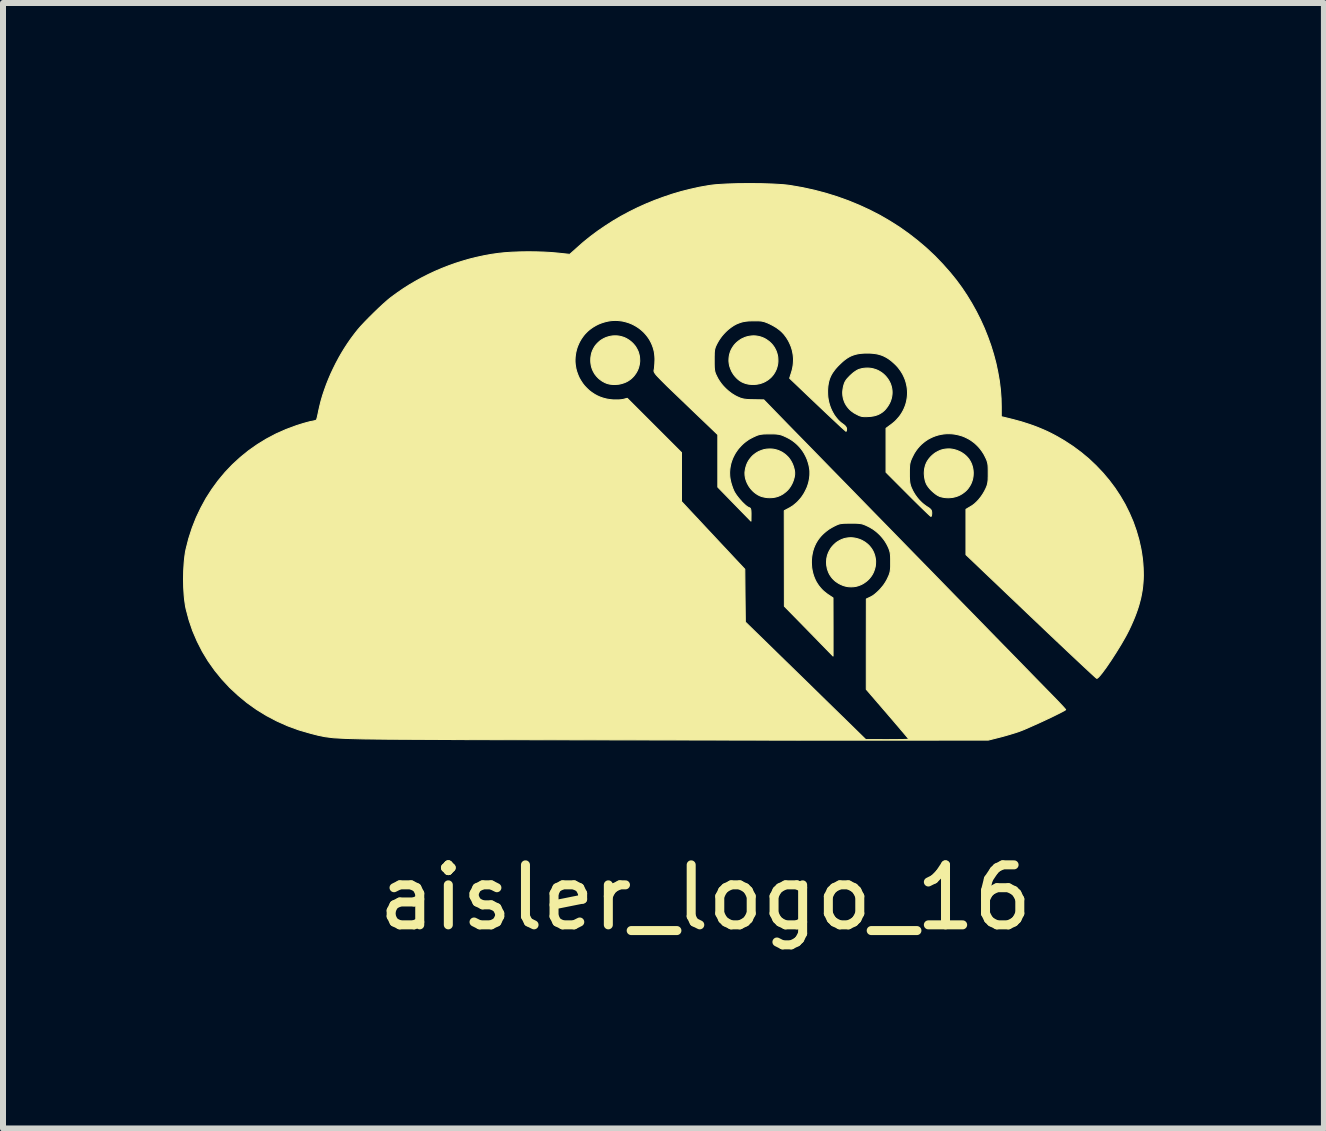
<source format=kicad_pcb>
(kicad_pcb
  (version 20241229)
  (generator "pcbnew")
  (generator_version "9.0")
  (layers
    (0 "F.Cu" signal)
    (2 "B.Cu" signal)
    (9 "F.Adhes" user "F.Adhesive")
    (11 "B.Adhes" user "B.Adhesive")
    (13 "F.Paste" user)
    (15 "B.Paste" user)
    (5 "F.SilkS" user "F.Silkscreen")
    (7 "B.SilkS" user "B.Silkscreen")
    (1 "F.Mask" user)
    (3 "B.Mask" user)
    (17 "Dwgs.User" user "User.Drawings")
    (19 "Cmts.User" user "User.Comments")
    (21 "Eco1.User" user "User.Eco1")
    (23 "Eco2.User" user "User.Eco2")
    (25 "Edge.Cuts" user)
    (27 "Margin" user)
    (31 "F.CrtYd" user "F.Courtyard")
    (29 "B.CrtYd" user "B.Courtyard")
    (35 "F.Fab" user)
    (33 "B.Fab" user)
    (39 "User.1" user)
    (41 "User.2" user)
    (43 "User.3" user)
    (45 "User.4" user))
  (footprint "aisler_logo_16"
    (layer "F.Cu")
    (at 8.407 9.308)
    (property "Reference" "aisler_logo_16" (at 0.3 2.6 0) (unlocked yes) (layer "F.SilkS") (effects (font (size 1 1) (thickness 0.15))))
    (attr smd exclude_from_pos_files exclude_from_bom)
    (fp_poly (pts (xy -1.186 -6.761) (xy -1.157 -6.759) (xy -1.127 -6.754) (xy -1.098 -6.747) (xy -1.069 -6.738) (xy -1.041 -6.727) (xy -1.013 -6.713) (xy -0.985 -6.696) (xy -0.959 -6.678) (xy -0.933 -6.657) (xy -0.908 -6.633) (xy -0.892 -6.615) (xy -0.877 -6.597) (xy -0.864 -6.579) (xy -0.852 -6.559) (xy -0.841 -6.539) (xy -0.831 -6.519) (xy -0.822 -6.499) (xy -0.815 -6.478) (xy -0.809 -6.456) (xy -0.804 -6.435) (xy -0.8 -6.413) (xy -0.798 -6.391) (xy -0.797 -6.369) (xy -0.796 -6.348) (xy -0.797 -6.326) (xy -0.8 -6.304) (xy -0.803 -6.282) (xy -0.808 -6.261) (xy -0.813 -6.24) (xy -0.82 -6.219) (xy -0.828 -6.198) (xy -0.837 -6.178) (xy -0.848 -6.159) (xy -0.859 -6.139) (xy -0.872 -6.121) (xy -0.885 -6.103) (xy -0.9 -6.085) (xy -0.916 -6.069) (xy -0.932 -6.053) (xy -0.95 -6.038) (xy -0.969 -6.024) (xy -0.989 -6.011) (xy -1.01 -5.999) (xy -1.033 -5.988) (xy -1.056 -5.979) (xy -1.08 -5.971) (xy -1.105 -5.964) (xy -1.13 -5.958) (xy -1.155 -5.954) (xy -1.181 -5.952) (xy -1.207 -5.95) (xy -1.232 -5.95) (xy -1.257 -5.952) (xy -1.282 -5.955) (xy -1.306 -5.959) (xy -1.329 -5.965) (xy -1.351 -5.972) (xy -1.372 -5.981) (xy -1.386 -5.988) (xy -1.399 -5.995) (xy -1.412 -6.002) (xy -1.425 -6.01) (xy -1.438 -6.019) (xy -1.45 -6.028) (xy -1.462 -6.037) (xy -1.473 -6.046) (xy -1.484 -6.056) (xy -1.494 -6.066) (xy -1.504 -6.077) (xy -1.514 -6.087) (xy -1.523 -6.098) (xy -1.532 -6.11) (xy -1.541 -6.121) (xy -1.549 -6.133) (xy -1.556 -6.146) (xy -1.563 -6.158) (xy -1.57 -6.171) (xy -1.576 -6.184) (xy -1.582 -6.197) (xy -1.587 -6.21) (xy -1.592 -6.224) (xy -1.596 -6.238) (xy -1.6 -6.252) (xy -1.603 -6.266) (xy -1.606 -6.281) (xy -1.608 -6.296) (xy -1.61 -6.31) (xy -1.611 -6.325) (xy -1.612 -6.34) (xy -1.612 -6.356) (xy -1.611 -6.39) (xy -1.607 -6.423) (xy -1.601 -6.454) (xy -1.593 -6.485) (xy -1.582 -6.514) (xy -1.569 -6.541) (xy -1.555 -6.567) (xy -1.539 -6.592) (xy -1.521 -6.615) (xy -1.501 -6.637) (xy -1.48 -6.657) (xy -1.458 -6.676) (xy -1.434 -6.693) (xy -1.409 -6.708) (xy -1.384 -6.721) (xy -1.357 -6.733) (xy -1.33 -6.742) (xy -1.302 -6.75) (xy -1.273 -6.756) (xy -1.245 -6.76) (xy -1.215 -6.761)) (stroke (width 0.017) (type solid)) (fill yes) (layer "F.SilkS"))
    (fp_poly (pts (xy 2.753 -3.395) (xy 2.779 -3.392) (xy 2.806 -3.387) (xy 2.833 -3.38) (xy 2.85 -3.375) (xy 2.867 -3.369) (xy 2.883 -3.363) (xy 2.899 -3.356) (xy 2.914 -3.348) (xy 2.929 -3.34) (xy 2.943 -3.332) (xy 2.957 -3.323) (xy 2.971 -3.313) (xy 2.984 -3.303) (xy 2.997 -3.293) (xy 3.009 -3.282) (xy 3.021 -3.271) (xy 3.032 -3.259) (xy 3.042 -3.247) (xy 3.053 -3.234) (xy 3.062 -3.221) (xy 3.071 -3.208) (xy 3.08 -3.194) (xy 3.088 -3.18) (xy 3.095 -3.166) (xy 3.102 -3.151) (xy 3.108 -3.136) (xy 3.113 -3.121) (xy 3.118 -3.106) (xy 3.123 -3.09) (xy 3.126 -3.074) (xy 3.129 -3.058) (xy 3.132 -3.041) (xy 3.134 -3.024) (xy 3.135 -3.008) (xy 3.135 -2.991) (xy 3.134 -2.964) (xy 3.132 -2.939) (xy 3.128 -2.913) (xy 3.122 -2.889) (xy 3.115 -2.865) (xy 3.107 -2.842) (xy 3.098 -2.819) (xy 3.087 -2.797) (xy 3.075 -2.776) (xy 3.062 -2.756) (xy 3.047 -2.737) (xy 3.032 -2.718) (xy 3.016 -2.701) (xy 2.999 -2.685) (xy 2.98 -2.669) (xy 2.961 -2.655) (xy 2.942 -2.642) (xy 2.921 -2.629) (xy 2.9 -2.618) (xy 2.879 -2.609) (xy 2.856 -2.6) (xy 2.834 -2.593) (xy 2.811 -2.587) (xy 2.787 -2.583) (xy 2.763 -2.58) (xy 2.739 -2.579) (xy 2.715 -2.579) (xy 2.69 -2.58) (xy 2.666 -2.583) (xy 2.641 -2.588) (xy 2.617 -2.594) (xy 2.592 -2.602) (xy 2.566 -2.613) (xy 2.54 -2.625) (xy 2.516 -2.638) (xy 2.493 -2.653) (xy 2.471 -2.668) (xy 2.451 -2.685) (xy 2.432 -2.703) (xy 2.414 -2.722) (xy 2.398 -2.742) (xy 2.383 -2.763) (xy 2.369 -2.786) (xy 2.357 -2.809) (xy 2.347 -2.833) (xy 2.338 -2.858) (xy 2.33 -2.884) (xy 2.325 -2.911) (xy 2.32 -2.939) (xy 2.318 -2.966) (xy 2.317 -2.993) (xy 2.319 -3.02) (xy 2.321 -3.046) (xy 2.326 -3.072) (xy 2.332 -3.098) (xy 2.34 -3.122) (xy 2.349 -3.146) (xy 2.36 -3.169) (xy 2.372 -3.191) (xy 2.385 -3.213) (xy 2.399 -3.234) (xy 2.415 -3.253) (xy 2.432 -3.272) (xy 2.45 -3.289) (xy 2.468 -3.306) (xy 2.488 -3.321) (xy 2.509 -3.335) (xy 2.531 -3.348) (xy 2.553 -3.359) (xy 2.576 -3.369) (xy 2.6 -3.378) (xy 2.624 -3.385) (xy 2.649 -3.39) (xy 2.674 -3.394) (xy 2.7 -3.396) (xy 2.726 -3.397)) (stroke (width 0.017) (type solid)) (fill yes) (layer "F.SilkS"))
    (fp_poly (pts (xy 1.129 -6.76) (xy 1.156 -6.757) (xy 1.183 -6.752) (xy 1.209 -6.746) (xy 1.236 -6.737) (xy 1.262 -6.727) (xy 1.288 -6.715) (xy 1.313 -6.7) (xy 1.338 -6.683) (xy 1.361 -6.666) (xy 1.383 -6.646) (xy 1.403 -6.626) (xy 1.421 -6.605) (xy 1.437 -6.583) (xy 1.452 -6.56) (xy 1.464 -6.536) (xy 1.476 -6.512) (xy 1.485 -6.487) (xy 1.493 -6.462) (xy 1.499 -6.436) (xy 1.504 -6.411) (xy 1.506 -6.384) (xy 1.507 -6.358) (xy 1.507 -6.332) (xy 1.505 -6.306) (xy 1.501 -6.28) (xy 1.495 -6.255) (xy 1.488 -6.229) (xy 1.48 -6.205) (xy 1.469 -6.181) (xy 1.457 -6.157) (xy 1.443 -6.134) (xy 1.428 -6.112) (xy 1.411 -6.091) (xy 1.393 -6.071) (xy 1.373 -6.053) (xy 1.351 -6.035) (xy 1.328 -6.019) (xy 1.303 -6.004) (xy 1.276 -5.99) (xy 1.257 -5.982) (xy 1.238 -5.975) (xy 1.218 -5.968) (xy 1.198 -5.963) (xy 1.177 -5.959) (xy 1.156 -5.955) (xy 1.135 -5.953) (xy 1.114 -5.951) (xy 1.093 -5.951) (xy 1.072 -5.951) (xy 1.051 -5.953) (xy 1.03 -5.955) (xy 1.009 -5.958) (xy 0.989 -5.963) (xy 0.969 -5.968) (xy 0.949 -5.975) (xy 0.949 -5.975) (xy 0.949 -5.975) (xy 0.949 -5.975) (xy 0.949 -5.975) (xy 0.936 -5.98) (xy 0.922 -5.986) (xy 0.909 -5.992) (xy 0.896 -5.999) (xy 0.884 -6.007) (xy 0.871 -6.015) (xy 0.859 -6.024) (xy 0.847 -6.033) (xy 0.836 -6.043) (xy 0.825 -6.053) (xy 0.814 -6.064) (xy 0.804 -6.075) (xy 0.793 -6.087) (xy 0.784 -6.098) (xy 0.774 -6.111) (xy 0.766 -6.123) (xy 0.757 -6.136) (xy 0.749 -6.15) (xy 0.741 -6.163) (xy 0.734 -6.177) (xy 0.728 -6.191) (xy 0.722 -6.206) (xy 0.716 -6.22) (xy 0.711 -6.235) (xy 0.706 -6.25) (xy 0.702 -6.264) (xy 0.699 -6.28) (xy 0.696 -6.295) (xy 0.694 -6.31) (xy 0.692 -6.325) (xy 0.691 -6.34) (xy 0.691 -6.356) (xy 0.692 -6.385) (xy 0.695 -6.413) (xy 0.7 -6.441) (xy 0.707 -6.468) (xy 0.715 -6.494) (xy 0.725 -6.519) (xy 0.737 -6.543) (xy 0.751 -6.566) (xy 0.765 -6.588) (xy 0.781 -6.609) (xy 0.799 -6.629) (xy 0.817 -6.647) (xy 0.837 -6.664) (xy 0.857 -6.68) (xy 0.879 -6.695) (xy 0.901 -6.709) (xy 0.925 -6.72) (xy 0.949 -6.731) (xy 0.973 -6.74) (xy 0.998 -6.747) (xy 1.024 -6.753) (xy 1.05 -6.757) (xy 1.076 -6.76) (xy 1.103 -6.761)) (stroke (width 0.017) (type solid)) (fill yes) (layer "F.SilkS"))
    (fp_poly (pts (xy 4.383 -4.876) (xy 4.412 -4.872) (xy 4.441 -4.866) (xy 4.471 -4.858) (xy 4.5 -4.848) (xy 4.53 -4.835) (xy 4.543 -4.829) (xy 4.557 -4.822) (xy 4.57 -4.814) (xy 4.582 -4.807) (xy 4.594 -4.798) (xy 4.606 -4.79) (xy 4.618 -4.781) (xy 4.628 -4.772) (xy 4.639 -4.763) (xy 4.649 -4.753) (xy 4.659 -4.743) (xy 4.668 -4.733) (xy 4.677 -4.722) (xy 4.686 -4.711) (xy 4.694 -4.7) (xy 4.701 -4.688) (xy 4.709 -4.676) (xy 4.715 -4.664) (xy 4.722 -4.652) (xy 4.727 -4.639) (xy 4.733 -4.627) (xy 4.738 -4.613) (xy 4.742 -4.6) (xy 4.746 -4.587) (xy 4.75 -4.573) (xy 4.753 -4.559) (xy 4.756 -4.544) (xy 4.758 -4.53) (xy 4.76 -4.515) (xy 4.761 -4.5) (xy 4.762 -4.485) (xy 4.762 -4.47) (xy 4.761 -4.444) (xy 4.759 -4.419) (xy 4.755 -4.394) (xy 4.75 -4.37) (xy 4.743 -4.346) (xy 4.735 -4.323) (xy 4.726 -4.301) (xy 4.716 -4.28) (xy 4.704 -4.26) (xy 4.691 -4.24) (xy 4.678 -4.221) (xy 4.663 -4.203) (xy 4.647 -4.186) (xy 4.63 -4.17) (xy 4.612 -4.155) (xy 4.593 -4.141) (xy 4.574 -4.128) (xy 4.554 -4.116) (xy 4.533 -4.105) (xy 4.511 -4.095) (xy 4.489 -4.087) (xy 4.466 -4.08) (xy 4.442 -4.074) (xy 4.419 -4.069) (xy 4.394 -4.066) (xy 4.369 -4.064) (xy 4.344 -4.063) (xy 4.319 -4.064) (xy 4.293 -4.066) (xy 4.268 -4.07) (xy 4.242 -4.075) (xy 4.215 -4.082) (xy 4.208 -4.084) (xy 4.2 -4.087) (xy 4.184 -4.095) (xy 4.167 -4.104) (xy 4.149 -4.115) (xy 4.131 -4.128) (xy 4.114 -4.142) (xy 4.096 -4.157) (xy 4.078 -4.173) (xy 4.061 -4.189) (xy 4.045 -4.206) (xy 4.03 -4.224) (xy 4.016 -4.241) (xy 4.003 -4.259) (xy 3.992 -4.276) (xy 3.983 -4.293) (xy 3.976 -4.309) (xy 3.973 -4.317) (xy 3.97 -4.325) (xy 3.967 -4.334) (xy 3.964 -4.344) (xy 3.959 -4.364) (xy 3.955 -4.386) (xy 3.951 -4.408) (xy 3.949 -4.43) (xy 3.948 -4.44) (xy 3.947 -4.451) (xy 3.947 -4.46) (xy 3.946 -4.47) (xy 3.947 -4.493) (xy 3.949 -4.515) (xy 3.951 -4.537) (xy 3.955 -4.558) (xy 3.96 -4.578) (xy 3.965 -4.598) (xy 3.972 -4.618) (xy 3.98 -4.637) (xy 3.989 -4.656) (xy 3.999 -4.674) (xy 4.011 -4.691) (xy 4.023 -4.709) (xy 4.036 -4.725) (xy 4.051 -4.742) (xy 4.066 -4.757) (xy 4.083 -4.773) (xy 4.107 -4.793) (xy 4.132 -4.811) (xy 4.158 -4.826) (xy 4.185 -4.84) (xy 4.212 -4.852) (xy 4.239 -4.861) (xy 4.267 -4.868) (xy 4.296 -4.873) (xy 4.324 -4.876) (xy 4.353 -4.877)) (stroke (width 0.017) (type solid)) (fill yes) (layer "F.SilkS"))
    (fp_poly (pts (xy 1.403 -4.875) (xy 1.432 -4.872) (xy 1.46 -4.866) (xy 1.488 -4.859) (xy 1.516 -4.85) (xy 1.543 -4.838) (xy 1.57 -4.825) (xy 1.596 -4.809) (xy 1.621 -4.791) (xy 1.646 -4.77) (xy 1.67 -4.747) (xy 1.682 -4.734) (xy 1.694 -4.719) (xy 1.705 -4.704) (xy 1.716 -4.688) (xy 1.726 -4.671) (xy 1.736 -4.653) (xy 1.745 -4.635) (xy 1.753 -4.617) (xy 1.76 -4.598) (xy 1.767 -4.579) (xy 1.772 -4.56) (xy 1.777 -4.541) (xy 1.781 -4.523) (xy 1.784 -4.505) (xy 1.786 -4.487) (xy 1.786 -4.47) (xy 1.786 -4.453) (xy 1.784 -4.435) (xy 1.781 -4.417) (xy 1.777 -4.398) (xy 1.772 -4.38) (xy 1.767 -4.361) (xy 1.76 -4.342) (xy 1.753 -4.323) (xy 1.745 -4.305) (xy 1.736 -4.287) (xy 1.726 -4.269) (xy 1.716 -4.252) (xy 1.705 -4.236) (xy 1.694 -4.22) (xy 1.682 -4.206) (xy 1.67 -4.192) (xy 1.654 -4.177) (xy 1.638 -4.162) (xy 1.621 -4.149) (xy 1.604 -4.136) (xy 1.587 -4.124) (xy 1.569 -4.114) (xy 1.551 -4.104) (xy 1.533 -4.096) (xy 1.514 -4.088) (xy 1.495 -4.082) (xy 1.475 -4.076) (xy 1.455 -4.072) (xy 1.435 -4.068) (xy 1.414 -4.066) (xy 1.393 -4.065) (xy 1.371 -4.064) (xy 1.36 -4.064) (xy 1.349 -4.065) (xy 1.338 -4.065) (xy 1.327 -4.066) (xy 1.316 -4.068) (xy 1.305 -4.069) (xy 1.283 -4.073) (xy 1.272 -4.075) (xy 1.261 -4.078) (xy 1.251 -4.08) (xy 1.241 -4.083) (xy 1.231 -4.086) (xy 1.222 -4.089) (xy 1.213 -4.093) (xy 1.205 -4.096) (xy 1.191 -4.103) (xy 1.177 -4.11) (xy 1.163 -4.119) (xy 1.149 -4.127) (xy 1.136 -4.137) (xy 1.124 -4.146) (xy 1.111 -4.156) (xy 1.099 -4.167) (xy 1.087 -4.178) (xy 1.076 -4.19) (xy 1.065 -4.202) (xy 1.055 -4.214) (xy 1.045 -4.227) (xy 1.035 -4.24) (xy 1.026 -4.253) (xy 1.018 -4.267) (xy 1.01 -4.281) (xy 1.002 -4.295) (xy 0.995 -4.309) (xy 0.989 -4.324) (xy 0.983 -4.338) (xy 0.978 -4.353) (xy 0.973 -4.368) (xy 0.969 -4.383) (xy 0.965 -4.398) (xy 0.963 -4.413) (xy 0.96 -4.428) (xy 0.959 -4.443) (xy 0.958 -4.458) (xy 0.958 -4.473) (xy 0.958 -4.488) (xy 0.96 -4.503) (xy 0.965 -4.535) (xy 0.972 -4.567) (xy 0.981 -4.597) (xy 0.991 -4.625) (xy 1.004 -4.653) (xy 1.019 -4.679) (xy 1.035 -4.703) (xy 1.053 -4.726) (xy 1.072 -4.748) (xy 1.092 -4.768) (xy 1.114 -4.786) (xy 1.137 -4.803) (xy 1.16 -4.818) (xy 1.185 -4.832) (xy 1.211 -4.843) (xy 1.237 -4.853) (xy 1.264 -4.862) (xy 1.291 -4.868) (xy 1.319 -4.873) (xy 1.347 -4.875) (xy 1.375 -4.876)) (stroke (width 0.017) (type solid)) (fill yes) (layer "F.SilkS"))
    (fp_poly (pts (xy 3.036 -6.222) (xy 3.067 -6.218) (xy 3.098 -6.211) (xy 3.128 -6.202) (xy 3.156 -6.192) (xy 3.184 -6.179) (xy 3.21 -6.164) (xy 3.235 -6.148) (xy 3.259 -6.13) (xy 3.281 -6.11) (xy 3.302 -6.089) (xy 3.321 -6.066) (xy 3.339 -6.042) (xy 3.355 -6.017) (xy 3.369 -5.991) (xy 3.381 -5.965) (xy 3.391 -5.937) (xy 3.399 -5.908) (xy 3.405 -5.879) (xy 3.409 -5.849) (xy 3.41 -5.819) (xy 3.409 -5.789) (xy 3.405 -5.758) (xy 3.399 -5.727) (xy 3.39 -5.696) (xy 3.379 -5.665) (xy 3.365 -5.635) (xy 3.347 -5.604) (xy 3.333 -5.582) (xy 3.318 -5.562) (xy 3.303 -5.543) (xy 3.295 -5.534) (xy 3.287 -5.525) (xy 3.278 -5.517) (xy 3.27 -5.509) (xy 3.261 -5.502) (xy 3.252 -5.494) (xy 3.243 -5.487) (xy 3.233 -5.481) (xy 3.224 -5.475) (xy 3.214 -5.469) (xy 3.204 -5.463) (xy 3.194 -5.458) (xy 3.184 -5.453) (xy 3.173 -5.448) (xy 3.162 -5.444) (xy 3.151 -5.44) (xy 3.14 -5.437) (xy 3.128 -5.433) (xy 3.104 -5.427) (xy 3.079 -5.423) (xy 3.053 -5.419) (xy 3.025 -5.417) (xy 2.988 -5.415) (xy 2.971 -5.415) (xy 2.957 -5.415) (xy 2.943 -5.415) (xy 2.93 -5.416) (xy 2.918 -5.417) (xy 2.907 -5.419) (xy 2.896 -5.421) (xy 2.884 -5.425) (xy 2.873 -5.428) (xy 2.862 -5.433) (xy 2.849 -5.438) (xy 2.836 -5.445) (xy 2.807 -5.46) (xy 2.807 -5.46) (xy 2.792 -5.468) (xy 2.776 -5.477) (xy 2.762 -5.487) (xy 2.748 -5.497) (xy 2.734 -5.507) (xy 2.721 -5.518) (xy 2.709 -5.529) (xy 2.697 -5.541) (xy 2.686 -5.553) (xy 2.675 -5.566) (xy 2.665 -5.578) (xy 2.655 -5.592) (xy 2.646 -5.605) (xy 2.638 -5.619) (xy 2.63 -5.633) (xy 2.623 -5.647) (xy 2.617 -5.662) (xy 2.611 -5.677) (xy 2.606 -5.692) (xy 2.601 -5.708) (xy 2.597 -5.723) (xy 2.594 -5.739) (xy 2.591 -5.755) (xy 2.589 -5.772) (xy 2.588 -5.788) (xy 2.587 -5.805) (xy 2.587 -5.822) (xy 2.588 -5.838) (xy 2.59 -5.855) (xy 2.592 -5.873) (xy 2.595 -5.89) (xy 2.598 -5.907) (xy 2.602 -5.922) (xy 2.605 -5.936) (xy 2.609 -5.949) (xy 2.613 -5.961) (xy 2.617 -5.973) (xy 2.622 -5.984) (xy 2.627 -5.995) (xy 2.633 -6.005) (xy 2.639 -6.015) (xy 2.647 -6.026) (xy 2.654 -6.036) (xy 2.663 -6.047) (xy 2.673 -6.058) (xy 2.684 -6.07) (xy 2.696 -6.082) (xy 2.709 -6.096) (xy 2.72 -6.106) (xy 2.731 -6.116) (xy 2.741 -6.125) (xy 2.752 -6.134) (xy 2.762 -6.143) (xy 2.773 -6.151) (xy 2.783 -6.159) (xy 2.794 -6.166) (xy 2.804 -6.173) (xy 2.814 -6.179) (xy 2.824 -6.185) (xy 2.833 -6.19) (xy 2.843 -6.195) (xy 2.852 -6.199) (xy 2.861 -6.202) (xy 2.87 -6.205) (xy 2.904 -6.214) (xy 2.938 -6.22) (xy 2.971 -6.223) (xy 3.004 -6.224)) (stroke (width 0.017) (type solid)) (fill yes) (layer "F.SilkS"))
    (fp_poly (pts (xy 1.234 -9.297) (xy 1.423 -9.291) (xy 1.588 -9.281) (xy 1.658 -9.274) (xy 1.717 -9.266) (xy 1.918 -9.231) (xy 2.115 -9.188) (xy 2.308 -9.137) (xy 2.497 -9.078) (xy 2.681 -9.012) (xy 2.861 -8.938) (xy 3.037 -8.857) (xy 3.208 -8.769) (xy 3.373 -8.673) (xy 3.534 -8.571) (xy 3.689 -8.461) (xy 3.839 -8.344) (xy 3.984 -8.221) (xy 4.123 -8.09) (xy 4.255 -7.953) (xy 4.382 -7.809) (xy 4.479 -7.689) (xy 4.571 -7.564) (xy 4.657 -7.435) (xy 4.738 -7.302) (xy 4.813 -7.167) (xy 4.883 -7.028) (xy 4.947 -6.887) (xy 5.004 -6.744) (xy 5.056 -6.599) (xy 5.101 -6.453) (xy 5.14 -6.306) (xy 5.171 -6.159) (xy 5.197 -6.012) (xy 5.215 -5.865) (xy 5.226 -5.719) (xy 5.229 -5.574) (xy 5.229 -5.414) (xy 5.277 -5.403) (xy 5.427 -5.366) (xy 5.567 -5.328) (xy 5.698 -5.286) (xy 5.761 -5.264) (xy 5.822 -5.241) (xy 5.881 -5.217) (xy 5.94 -5.192) (xy 5.998 -5.166) (xy 6.055 -5.138) (xy 6.111 -5.109) (xy 6.168 -5.078) (xy 6.281 -5.012) (xy 6.422 -4.92) (xy 6.557 -4.82) (xy 6.685 -4.714) (xy 6.806 -4.6) (xy 6.919 -4.481) (xy 7.024 -4.357) (xy 7.122 -4.227) (xy 7.211 -4.092) (xy 7.292 -3.953) (xy 7.363 -3.81) (xy 7.426 -3.664) (xy 7.479 -3.514) (xy 7.523 -3.362) (xy 7.557 -3.208) (xy 7.57 -3.13) (xy 7.581 -3.052) (xy 7.589 -2.973) (xy 7.594 -2.894) (xy 7.596 -2.829) (xy 7.597 -2.765) (xy 7.595 -2.702) (xy 7.591 -2.64) (xy 7.585 -2.578) (xy 7.577 -2.516) (xy 7.566 -2.455) (xy 7.554 -2.393) (xy 7.538 -2.331) (xy 7.521 -2.268) (xy 7.501 -2.205) (xy 7.478 -2.14) (xy 7.453 -2.074) (xy 7.425 -2.007) (xy 7.394 -1.937) (xy 7.361 -1.866) (xy 7.333 -1.811) (xy 7.302 -1.752) (xy 7.228 -1.623) (xy 7.145 -1.488) (xy 7.06 -1.356) (xy 6.979 -1.237) (xy 6.908 -1.141) (xy 6.878 -1.104) (xy 6.853 -1.076) (xy 6.834 -1.059) (xy 6.826 -1.054) (xy 6.821 -1.053) (xy 6.814 -1.058) (xy 6.795 -1.074) (xy 6.729 -1.134) (xy 6.492 -1.355) (xy 6.144 -1.683) (xy 5.723 -2.083) (xy 4.641 -3.114) (xy 4.641 -3.87) (xy 4.717 -3.915) (xy 4.735 -3.926) (xy 4.753 -3.938) (xy 4.771 -3.951) (xy 4.788 -3.965) (xy 4.805 -3.981) (xy 4.822 -3.997) (xy 4.838 -4.014) (xy 4.855 -4.032) (xy 4.87 -4.051) (xy 4.886 -4.071) (xy 4.9 -4.091) (xy 4.915 -4.112) (xy 4.928 -4.133) (xy 4.941 -4.155) (xy 4.954 -4.178) (xy 4.965 -4.201) (xy 4.973 -4.216) (xy 4.979 -4.231) (xy 4.985 -4.244) (xy 4.99 -4.257) (xy 4.994 -4.27) (xy 4.998 -4.283) (xy 5.001 -4.296) (xy 5.004 -4.31) (xy 5.006 -4.325) (xy 5.008 -4.34) (xy 5.01 -4.357) (xy 5.011 -4.376) (xy 5.011 -4.396) (xy 5.012 -4.418) (xy 5.012 -4.47) (xy 5.012 -4.523) (xy 5.011 -4.566) (xy 5.01 -4.585) (xy 5.009 -4.602) (xy 5.007 -4.617) (xy 5.005 -4.632) (xy 5.002 -4.646) (xy 4.998 -4.659) (xy 4.994 -4.672) (xy 4.99 -4.686) (xy 4.984 -4.7) (xy 4.978 -4.714) (xy 4.962 -4.747) (xy 4.938 -4.793) (xy 4.91 -4.836) (xy 4.881 -4.876) (xy 4.849 -4.913) (xy 4.815 -4.947) (xy 4.78 -4.979) (xy 4.742 -5.007) (xy 4.704 -5.033) (xy 4.663 -5.055) (xy 4.622 -5.075) (xy 4.58 -5.092) (xy 4.536 -5.105) (xy 4.492 -5.116) (xy 4.448 -5.124) (xy 4.403 -5.129) (xy 4.358 -5.131) (xy 4.313 -5.13) (xy 4.268 -5.126) (xy 4.224 -5.119) (xy 4.18 -5.109) (xy 4.137 -5.096) (xy 4.094 -5.08) (xy 4.053 -5.061) (xy 4.013 -5.04) (xy 3.974 -5.015) (xy 3.937 -4.987) (xy 3.901 -4.957) (xy 3.867 -4.923) (xy 3.836 -4.887) (xy 3.806 -4.847) (xy 3.779 -4.805) (xy 3.755 -4.759) (xy 3.737 -4.722) (xy 3.73 -4.706) (xy 3.724 -4.691) (xy 3.718 -4.677) (xy 3.714 -4.663) (xy 3.71 -4.649) (xy 3.707 -4.635) (xy 3.704 -4.62) (xy 3.702 -4.604) (xy 3.701 -4.587) (xy 3.7 -4.568) (xy 3.699 -4.548) (xy 3.698 -4.525) (xy 3.698 -4.47) (xy 3.698 -4.419) (xy 3.7 -4.376) (xy 3.701 -4.358) (xy 3.702 -4.341) (xy 3.704 -4.325) (xy 3.706 -4.31) (xy 3.709 -4.296) (xy 3.712 -4.283) (xy 3.715 -4.27) (xy 3.72 -4.256) (xy 3.725 -4.243) (xy 3.73 -4.229) (xy 3.744 -4.2) (xy 3.754 -4.178) (xy 3.766 -4.157) (xy 3.778 -4.136) (xy 3.791 -4.115) (xy 3.805 -4.095) (xy 3.819 -4.075) (xy 3.834 -4.056) (xy 3.85 -4.037) (xy 3.866 -4.019) (xy 3.883 -4.002) (xy 3.9 -3.985) (xy 3.918 -3.969) (xy 3.936 -3.954) (xy 3.955 -3.939) (xy 3.974 -3.925) (xy 3.993 -3.913) (xy 4.005 -3.905) (xy 4.015 -3.898) (xy 4.025 -3.892) (xy 4.033 -3.886) (xy 4.04 -3.88) (xy 4.046 -3.874) (xy 4.052 -3.869) (xy 4.054 -3.866) (xy 4.056 -3.863) (xy 4.058 -3.86) (xy 4.06 -3.857) (xy 4.061 -3.854) (xy 4.063 -3.851) (xy 4.064 -3.848) (xy 4.065 -3.845) (xy 4.066 -3.842) (xy 4.067 -3.839) (xy 4.068 -3.832) (xy 4.069 -3.825) (xy 4.07 -3.817) (xy 4.07 -3.808) (xy 4.07 -3.802) (xy 4.07 -3.797) (xy 4.069 -3.791) (xy 4.069 -3.786) (xy 4.068 -3.781) (xy 4.068 -3.777) (xy 4.067 -3.772) (xy 4.066 -3.768) (xy 4.065 -3.765) (xy 4.064 -3.762) (xy 4.063 -3.759) (xy 4.062 -3.756) (xy 4.061 -3.754) (xy 4.06 -3.753) (xy 4.059 -3.753) (xy 4.058 -3.752) (xy 4.058 -3.752) (xy 4.057 -3.752) (xy 4.054 -3.754) (xy 4.047 -3.759) (xy 4.023 -3.781) (xy 3.987 -3.815) (xy 3.94 -3.86) (xy 3.884 -3.914) (xy 3.82 -3.977) (xy 3.75 -4.046) (xy 3.676 -4.12) (xy 3.309 -4.488) (xy 3.309 -5.22) (xy 3.393 -5.282) (xy 3.424 -5.306) (xy 3.454 -5.331) (xy 3.481 -5.358) (xy 3.506 -5.386) (xy 3.53 -5.414) (xy 3.552 -5.444) (xy 3.572 -5.475) (xy 3.59 -5.506) (xy 3.606 -5.538) (xy 3.62 -5.571) (xy 3.633 -5.604) (xy 3.643 -5.638) (xy 3.652 -5.672) (xy 3.658 -5.707) (xy 3.663 -5.742) (xy 3.666 -5.777) (xy 3.667 -5.812) (xy 3.666 -5.847) (xy 3.663 -5.882) (xy 3.658 -5.917) (xy 3.651 -5.952) (xy 3.642 -5.987) (xy 3.632 -6.021) (xy 3.619 -6.055) (xy 3.604 -6.088) (xy 3.588 -6.121) (xy 3.569 -6.153) (xy 3.549 -6.184) (xy 3.526 -6.215) (xy 3.502 -6.245) (xy 3.475 -6.274) (xy 3.447 -6.301) (xy 3.421 -6.324) (xy 3.396 -6.346) (xy 3.371 -6.365) (xy 3.346 -6.382) (xy 3.321 -6.398) (xy 3.295 -6.412) (xy 3.269 -6.425) (xy 3.243 -6.436) (xy 3.216 -6.445) (xy 3.189 -6.453) (xy 3.16 -6.46) (xy 3.13 -6.465) (xy 3.099 -6.469) (xy 3.067 -6.472) (xy 3.033 -6.474) (xy 2.997 -6.474) (xy 2.959 -6.474) (xy 2.923 -6.472) (xy 2.889 -6.469) (xy 2.857 -6.465) (xy 2.826 -6.459) (xy 2.796 -6.452) (xy 2.768 -6.443) (xy 2.74 -6.433) (xy 2.713 -6.421) (xy 2.687 -6.407) (xy 2.661 -6.391) (xy 2.635 -6.373) (xy 2.609 -6.353) (xy 2.583 -6.331) (xy 2.556 -6.306) (xy 2.529 -6.28) (xy 2.502 -6.253) (xy 2.478 -6.226) (xy 2.456 -6.2) (xy 2.437 -6.174) (xy 2.419 -6.149) (xy 2.403 -6.123) (xy 2.389 -6.097) (xy 2.377 -6.07) (xy 2.366 -6.043) (xy 2.358 -6.015) (xy 2.35 -5.986) (xy 2.345 -5.956) (xy 2.34 -5.924) (xy 2.337 -5.891) (xy 2.335 -5.856) (xy 2.335 -5.82) (xy 2.336 -5.78) (xy 2.339 -5.74) (xy 2.345 -5.701) (xy 2.353 -5.662) (xy 2.363 -5.624) (xy 2.375 -5.586) (xy 2.389 -5.55) (xy 2.405 -5.514) (xy 2.423 -5.48) (xy 2.442 -5.447) (xy 2.463 -5.416) (xy 2.486 -5.387) (xy 2.51 -5.359) (xy 2.535 -5.334) (xy 2.562 -5.311) (xy 2.59 -5.29) (xy 2.597 -5.285) (xy 2.604 -5.28) (xy 2.61 -5.275) (xy 2.616 -5.27) (xy 2.622 -5.265) (xy 2.627 -5.259) (xy 2.631 -5.254) (xy 2.635 -5.249) (xy 2.639 -5.244) (xy 2.642 -5.239) (xy 2.645 -5.234) (xy 2.647 -5.229) (xy 2.649 -5.224) (xy 2.65 -5.219) (xy 2.651 -5.214) (xy 2.651 -5.212) (xy 2.651 -5.21) (xy 2.651 -5.206) (xy 2.651 -5.202) (xy 2.651 -5.198) (xy 2.65 -5.195) (xy 2.65 -5.191) (xy 2.649 -5.188) (xy 2.649 -5.185) (xy 2.648 -5.182) (xy 2.648 -5.18) (xy 2.647 -5.177) (xy 2.646 -5.175) (xy 2.645 -5.174) (xy 2.644 -5.172) (xy 2.643 -5.171) (xy 2.643 -5.171) (xy 2.642 -5.171) (xy 2.642 -5.171) (xy 2.641 -5.171) (xy 2.638 -5.173) (xy 2.63 -5.18) (xy 2.601 -5.206) (xy 2.556 -5.246) (xy 2.498 -5.3) (xy 2.348 -5.441) (xy 2.167 -5.612) (xy 1.703 -6.054) (xy 1.736 -6.159) (xy 1.746 -6.194) (xy 1.754 -6.23) (xy 1.76 -6.266) (xy 1.764 -6.302) (xy 1.766 -6.338) (xy 1.767 -6.373) (xy 1.765 -6.409) (xy 1.761 -6.445) (xy 1.755 -6.48) (xy 1.748 -6.515) (xy 1.738 -6.549) (xy 1.727 -6.583) (xy 1.713 -6.617) (xy 1.698 -6.65) (xy 1.681 -6.683) (xy 1.662 -6.714) (xy 1.649 -6.735) (xy 1.635 -6.754) (xy 1.621 -6.772) (xy 1.607 -6.79) (xy 1.591 -6.807) (xy 1.576 -6.823) (xy 1.559 -6.839) (xy 1.542 -6.854) (xy 1.524 -6.868) (xy 1.505 -6.882) (xy 1.486 -6.896) (xy 1.465 -6.909) (xy 1.443 -6.922) (xy 1.421 -6.935) (xy 1.397 -6.947) (xy 1.372 -6.96) (xy 1.337 -6.976) (xy 1.321 -6.982) (xy 1.306 -6.988) (xy 1.292 -6.993) (xy 1.279 -6.998) (xy 1.265 -7.001) (xy 1.251 -7.004) (xy 1.237 -7.007) (xy 1.222 -7.009) (xy 1.206 -7.01) (xy 1.189 -7.011) (xy 1.171 -7.012) (xy 1.15 -7.012) (xy 1.103 -7.012) (xy 1.061 -7.011) (xy 1.023 -7.01) (xy 0.99 -7.007) (xy 0.974 -7.005) (xy 0.959 -7.003) (xy 0.944 -7) (xy 0.93 -6.998) (xy 0.916 -6.994) (xy 0.903 -6.991) (xy 0.889 -6.987) (xy 0.875 -6.982) (xy 0.848 -6.972) (xy 0.823 -6.962) (xy 0.799 -6.95) (xy 0.774 -6.936) (xy 0.75 -6.921) (xy 0.726 -6.904) (xy 0.702 -6.886) (xy 0.678 -6.867) (xy 0.655 -6.846) (xy 0.633 -6.825) (xy 0.612 -6.803) (xy 0.591 -6.78) (xy 0.571 -6.756) (xy 0.553 -6.731) (xy 0.535 -6.706) (xy 0.519 -6.681) (xy 0.504 -6.655) (xy 0.485 -6.62) (xy 0.478 -6.604) (xy 0.471 -6.59) (xy 0.465 -6.576) (xy 0.461 -6.563) (xy 0.457 -6.549) (xy 0.453 -6.535) (xy 0.451 -6.52) (xy 0.449 -6.504) (xy 0.447 -6.486) (xy 0.446 -6.465) (xy 0.446 -6.443) (xy 0.445 -6.417) (xy 0.445 -6.356) (xy 0.445 -6.296) (xy 0.446 -6.248) (xy 0.447 -6.228) (xy 0.449 -6.21) (xy 0.451 -6.193) (xy 0.453 -6.178) (xy 0.456 -6.164) (xy 0.46 -6.15) (xy 0.464 -6.137) (xy 0.469 -6.124) (xy 0.476 -6.11) (xy 0.483 -6.095) (xy 0.5 -6.061) (xy 0.513 -6.037) (xy 0.528 -6.014) (xy 0.544 -5.99) (xy 0.561 -5.966) (xy 0.58 -5.943) (xy 0.599 -5.921) (xy 0.62 -5.899) (xy 0.641 -5.878) (xy 0.663 -5.858) (xy 0.686 -5.838) (xy 0.709 -5.82) (xy 0.733 -5.802) (xy 0.757 -5.786) (xy 0.782 -5.771) (xy 0.806 -5.757) (xy 0.831 -5.745) (xy 0.846 -5.738) (xy 0.861 -5.732) (xy 0.874 -5.726) (xy 0.888 -5.721) (xy 0.901 -5.717) (xy 0.915 -5.713) (xy 0.929 -5.71) (xy 0.943 -5.707) (xy 0.958 -5.705) (xy 0.974 -5.703) (xy 0.991 -5.701) (xy 1.009 -5.7) (xy 1.029 -5.699) (xy 1.051 -5.698) (xy 1.101 -5.697) (xy 1.272 -5.694) (xy 1.438 -5.523) (xy 1.662 -5.293) (xy 1.968 -4.98) (xy 6.15 -0.697) (xy 6.209 -0.635) (xy 6.257 -0.584) (xy 6.276 -0.563) (xy 6.29 -0.547) (xy 6.299 -0.536) (xy 6.301 -0.533) (xy 6.302 -0.531) (xy 6.295 -0.525) (xy 6.275 -0.513) (xy 6.203 -0.475) (xy 6.098 -0.423) (xy 5.974 -0.364) (xy 5.842 -0.303) (xy 5.716 -0.247) (xy 5.609 -0.2) (xy 5.532 -0.17) (xy 5.497 -0.158) (xy 5.457 -0.145) (xy 5.369 -0.118) (xy 5.278 -0.092) (xy 5.234 -0.08) (xy 5.195 -0.07) (xy 5.013 -0.024) (xy 1.821 -0.023) (xy -3.595 -0.032) (xy -3.595 -0.032) (xy -3.595 -0.032) (xy -4.977 -0.039) (xy -5.402 -0.044) (xy -5.697 -0.052) (xy -5.898 -0.063) (xy -6.039 -0.081) (xy -6.157 -0.105) (xy -6.285 -0.138) (xy -6.478 -0.194) (xy -6.664 -0.262) (xy -6.843 -0.342) (xy -7.016 -0.433) (xy -7.182 -0.535) (xy -7.339 -0.647) (xy -7.487 -0.769) (xy -7.627 -0.899) (xy -7.757 -1.039) (xy -7.877 -1.186) (xy -7.987 -1.341) (xy -8.085 -1.503) (xy -8.171 -1.672) (xy -8.246 -1.847) (xy -8.307 -2.027) (xy -8.356 -2.212) (xy -8.366 -2.262) (xy -8.374 -2.317) (xy -8.382 -2.376) (xy -8.388 -2.439) (xy -8.396 -2.571) (xy -8.399 -2.708) (xy -8.396 -2.845) (xy -8.388 -2.977) (xy -8.382 -3.039) (xy -8.375 -3.098) (xy -8.367 -3.153) (xy -8.357 -3.203) (xy -8.311 -3.384) (xy -8.254 -3.56) (xy -8.187 -3.73) (xy -8.109 -3.894) (xy -8.023 -4.052) (xy -7.926 -4.203) (xy -7.821 -4.347) (xy -7.707 -4.484) (xy -7.585 -4.612) (xy -7.454 -4.733) (xy -7.316 -4.845) (xy -7.17 -4.948) (xy -7.017 -5.042) (xy -6.858 -5.126) (xy -6.691 -5.2) (xy -6.519 -5.264) (xy -6.481 -5.276) (xy -6.443 -5.288) (xy -6.405 -5.3) (xy -6.369 -5.31) (xy -6.336 -5.319) (xy -6.306 -5.327) (xy -6.282 -5.333) (xy -6.263 -5.336) (xy -6.248 -5.339) (xy -6.234 -5.342) (xy -6.221 -5.345) (xy -6.209 -5.348) (xy -6.199 -5.352) (xy -6.194 -5.353) (xy -6.191 -5.355) (xy -6.187 -5.356) (xy -6.185 -5.358) (xy -6.183 -5.359) (xy -6.182 -5.36) (xy -6.181 -5.362) (xy -6.18 -5.366) (xy -6.177 -5.376) (xy -6.173 -5.391) (xy -6.168 -5.409) (xy -6.163 -5.431) (xy -6.158 -5.455) (xy -6.152 -5.482) (xy -6.147 -5.509) (xy -6.127 -5.596) (xy -6.105 -5.684) (xy -6.079 -5.772) (xy -6.049 -5.861) (xy -6.017 -5.95) (xy -5.982 -6.038) (xy -5.944 -6.127) (xy -5.903 -6.214) (xy -5.86 -6.301) (xy -5.824 -6.368) (xy -1.874 -6.368) (xy -1.874 -6.328) (xy -1.871 -6.288) (xy -1.865 -6.249) (xy -1.858 -6.21) (xy -1.848 -6.172) (xy -1.835 -6.135) (xy -1.821 -6.098) (xy -1.805 -6.062) (xy -1.786 -6.028) (xy -1.765 -5.994) (xy -1.743 -5.962) (xy -1.719 -5.931) (xy -1.692 -5.902) (xy -1.664 -5.874) (xy -1.635 -5.847) (xy -1.603 -5.823) (xy -1.57 -5.8) (xy -1.536 -5.779) (xy -1.5 -5.76) (xy -1.462 -5.743) (xy -1.424 -5.729) (xy -1.383 -5.717) (xy -1.342 -5.707) (xy -1.299 -5.7) (xy -1.256 -5.695) (xy -1.229 -5.693) (xy -1.202 -5.693) (xy -1.175 -5.693) (xy -1.148 -5.693) (xy -1.123 -5.695) (xy -1.101 -5.697) (xy -1.082 -5.7) (xy -1.074 -5.701) (xy -1.067 -5.703) (xy -1.004 -5.72) (xy -0.552 -5.268) (xy -0.1 -4.816) (xy -0.1 -4) (xy 0.427 -3.436) (xy 0.955 -2.872) (xy 0.959 -2.432) (xy 0.964 -1.992) (xy 1.968 -1.013) (xy 2.971 -0.033) (xy 3.33 -0.032) (xy 3.47 -0.033) (xy 3.584 -0.034) (xy 3.661 -0.036) (xy 3.682 -0.038) (xy 3.687 -0.038) (xy 3.689 -0.039) (xy 3.689 -0.039) (xy 3.688 -0.042) (xy 3.682 -0.049) (xy 3.661 -0.075) (xy 3.585 -0.165) (xy 3.472 -0.298) (xy 3.335 -0.458) (xy 2.98 -0.87) (xy 2.98 -1.623) (xy 2.981 -2.376) (xy 3.045 -2.406) (xy 3.064 -2.416) (xy 3.084 -2.427) (xy 3.104 -2.441) (xy 3.124 -2.456) (xy 3.144 -2.473) (xy 3.164 -2.491) (xy 3.184 -2.51) (xy 3.204 -2.53) (xy 3.223 -2.551) (xy 3.242 -2.574) (xy 3.26 -2.596) (xy 3.277 -2.619) (xy 3.293 -2.643) (xy 3.307 -2.666) (xy 3.321 -2.69) (xy 3.333 -2.714) (xy 3.349 -2.749) (xy 3.356 -2.764) (xy 3.362 -2.779) (xy 3.367 -2.793) (xy 3.371 -2.807) (xy 3.375 -2.821) (xy 3.378 -2.835) (xy 3.38 -2.849) (xy 3.382 -2.865) (xy 3.384 -2.881) (xy 3.385 -2.899) (xy 3.386 -2.919) (xy 3.386 -2.94) (xy 3.386 -2.991) (xy 3.386 -3.039) (xy 3.385 -3.08) (xy 3.384 -3.097) (xy 3.382 -3.114) (xy 3.381 -3.129) (xy 3.378 -3.143) (xy 3.376 -3.157) (xy 3.372 -3.17) (xy 3.369 -3.183) (xy 3.364 -3.197) (xy 3.359 -3.21) (xy 3.354 -3.224) (xy 3.34 -3.254) (xy 3.327 -3.28) (xy 3.313 -3.305) (xy 3.298 -3.33) (xy 3.282 -3.354) (xy 3.264 -3.378) (xy 3.245 -3.401) (xy 3.226 -3.423) (xy 3.206 -3.445) (xy 3.184 -3.466) (xy 3.162 -3.486) (xy 3.139 -3.505) (xy 3.116 -3.523) (xy 3.092 -3.54) (xy 3.067 -3.555) (xy 3.042 -3.57) (xy 3.017 -3.583) (xy 2.98 -3.601) (xy 2.964 -3.608) (xy 2.949 -3.614) (xy 2.935 -3.62) (xy 2.921 -3.624) (xy 2.907 -3.628) (xy 2.892 -3.631) (xy 2.877 -3.633) (xy 2.861 -3.635) (xy 2.843 -3.637) (xy 2.824 -3.638) (xy 2.802 -3.639) (xy 2.778 -3.639) (xy 2.721 -3.639) (xy 2.663 -3.639) (xy 2.618 -3.638) (xy 2.598 -3.637) (xy 2.581 -3.635) (xy 2.565 -3.633) (xy 2.55 -3.631) (xy 2.536 -3.628) (xy 2.523 -3.624) (xy 2.509 -3.62) (xy 2.496 -3.614) (xy 2.482 -3.608) (xy 2.467 -3.601) (xy 2.433 -3.584) (xy 2.392 -3.561) (xy 2.353 -3.537) (xy 2.317 -3.51) (xy 2.283 -3.482) (xy 2.251 -3.453) (xy 2.236 -3.437) (xy 2.221 -3.421) (xy 2.208 -3.405) (xy 2.195 -3.389) (xy 2.182 -3.372) (xy 2.17 -3.355) (xy 2.159 -3.337) (xy 2.148 -3.319) (xy 2.138 -3.301) (xy 2.129 -3.282) (xy 2.12 -3.263) (xy 2.112 -3.243) (xy 2.104 -3.224) (xy 2.098 -3.203) (xy 2.091 -3.183) (xy 2.086 -3.162) (xy 2.077 -3.12) (xy 2.07 -3.076) (xy 2.066 -3.031) (xy 2.065 -2.986) (xy 2.067 -2.942) (xy 2.07 -2.898) (xy 2.077 -2.856) (xy 2.086 -2.815) (xy 2.097 -2.775) (xy 2.111 -2.736) (xy 2.127 -2.698) (xy 2.145 -2.662) (xy 2.166 -2.628) (xy 2.189 -2.594) (xy 2.214 -2.563) (xy 2.241 -2.533) (xy 2.27 -2.505) (xy 2.302 -2.479) (xy 2.335 -2.454) (xy 2.425 -2.394) (xy 2.426 -1.909) (xy 2.426 -1.425) (xy 2.021 -1.84) (xy 1.615 -2.255) (xy 1.614 -3.051) (xy 1.613 -3.847) (xy 1.69 -3.888) (xy 1.712 -3.9) (xy 1.734 -3.914) (xy 1.756 -3.928) (xy 1.776 -3.944) (xy 1.796 -3.96) (xy 1.816 -3.977) (xy 1.835 -3.995) (xy 1.853 -4.014) (xy 1.87 -4.033) (xy 1.887 -4.053) (xy 1.903 -4.074) (xy 1.918 -4.095) (xy 1.932 -4.117) (xy 1.946 -4.139) (xy 1.958 -4.162) (xy 1.97 -4.185) (xy 1.981 -4.208) (xy 1.992 -4.232) (xy 2.001 -4.256) (xy 2.009 -4.281) (xy 2.017 -4.305) (xy 2.023 -4.33) (xy 2.028 -4.355) (xy 2.033 -4.38) (xy 2.036 -4.405) (xy 2.039 -4.431) (xy 2.04 -4.456) (xy 2.04 -4.481) (xy 2.04 -4.506) (xy 2.038 -4.53) (xy 2.034 -4.555) (xy 2.03 -4.579) (xy 2.021 -4.62) (xy 2.009 -4.66) (xy 1.996 -4.699) (xy 1.98 -4.737) (xy 1.962 -4.773) (xy 1.943 -4.808) (xy 1.921 -4.842) (xy 1.898 -4.874) (xy 1.872 -4.905) (xy 1.845 -4.934) (xy 1.816 -4.962) (xy 1.786 -4.988) (xy 1.754 -5.012) (xy 1.72 -5.035) (xy 1.685 -5.055) (xy 1.648 -5.074) (xy 1.613 -5.09) (xy 1.597 -5.097) (xy 1.583 -5.103) (xy 1.568 -5.108) (xy 1.555 -5.112) (xy 1.541 -5.116) (xy 1.527 -5.119) (xy 1.512 -5.121) (xy 1.497 -5.123) (xy 1.48 -5.125) (xy 1.462 -5.126) (xy 1.443 -5.127) (xy 1.421 -5.127) (xy 1.371 -5.127) (xy 1.321 -5.127) (xy 1.279 -5.126) (xy 1.262 -5.125) (xy 1.245 -5.123) (xy 1.23 -5.121) (xy 1.215 -5.119) (xy 1.201 -5.116) (xy 1.187 -5.112) (xy 1.173 -5.108) (xy 1.159 -5.103) (xy 1.144 -5.097) (xy 1.129 -5.09) (xy 1.094 -5.074) (xy 1.069 -5.061) (xy 1.044 -5.048) (xy 1.02 -5.034) (xy 0.997 -5.018) (xy 0.975 -5.002) (xy 0.953 -4.985) (xy 0.932 -4.968) (xy 0.912 -4.949) (xy 0.893 -4.93) (xy 0.875 -4.91) (xy 0.857 -4.89) (xy 0.84 -4.869) (xy 0.824 -4.847) (xy 0.809 -4.825) (xy 0.795 -4.803) (xy 0.782 -4.78) (xy 0.77 -4.756) (xy 0.758 -4.732) (xy 0.748 -4.708) (xy 0.739 -4.683) (xy 0.73 -4.658) (xy 0.723 -4.633) (xy 0.717 -4.608) (xy 0.712 -4.582) (xy 0.708 -4.556) (xy 0.705 -4.53) (xy 0.703 -4.504) (xy 0.702 -4.478) (xy 0.703 -4.451) (xy 0.704 -4.425) (xy 0.707 -4.399) (xy 0.711 -4.372) (xy 0.716 -4.349) (xy 0.722 -4.323) (xy 0.729 -4.296) (xy 0.738 -4.268) (xy 0.747 -4.241) (xy 0.756 -4.216) (xy 0.766 -4.192) (xy 0.775 -4.171) (xy 0.785 -4.153) (xy 0.797 -4.133) (xy 0.811 -4.112) (xy 0.826 -4.091) (xy 0.842 -4.07) (xy 0.86 -4.048) (xy 0.878 -4.027) (xy 0.897 -4.006) (xy 0.915 -3.986) (xy 0.934 -3.968) (xy 0.952 -3.951) (xy 0.969 -3.935) (xy 0.986 -3.922) (xy 1.001 -3.911) (xy 1.015 -3.903) (xy 1.021 -3.9) (xy 1.026 -3.898) (xy 1.029 -3.897) (xy 1.031 -3.897) (xy 1.034 -3.896) (xy 1.036 -3.894) (xy 1.038 -3.893) (xy 1.04 -3.892) (xy 1.042 -3.891) (xy 1.043 -3.889) (xy 1.045 -3.887) (xy 1.046 -3.885) (xy 1.048 -3.883) (xy 1.049 -3.881) (xy 1.05 -3.879) (xy 1.051 -3.876) (xy 1.052 -3.873) (xy 1.053 -3.87) (xy 1.054 -3.867) (xy 1.055 -3.863) (xy 1.055 -3.86) (xy 1.056 -3.855) (xy 1.057 -3.851) (xy 1.057 -3.846) (xy 1.057 -3.841) (xy 1.058 -3.836) (xy 1.058 -3.831) (xy 1.058 -3.825) (xy 1.059 -3.812) (xy 1.059 -3.797) (xy 1.059 -3.781) (xy 1.058 -3.674) (xy 0.782 -3.957) (xy 0.506 -4.24) (xy 0.506 -5.114) (xy -0.032 -5.629) (xy -0.339 -5.924) (xy -0.433 -6.018) (xy -0.497 -6.084) (xy -0.519 -6.108) (xy -0.535 -6.128) (xy -0.546 -6.145) (xy -0.553 -6.158) (xy -0.557 -6.169) (xy -0.558 -6.179) (xy -0.557 -6.188) (xy -0.555 -6.198) (xy -0.554 -6.204) (xy -0.552 -6.211) (xy -0.55 -6.229) (xy -0.548 -6.251) (xy -0.546 -6.275) (xy -0.544 -6.301) (xy -0.543 -6.328) (xy -0.542 -6.355) (xy -0.542 -6.383) (xy -0.544 -6.422) (xy -0.548 -6.461) (xy -0.554 -6.499) (xy -0.563 -6.536) (xy -0.574 -6.572) (xy -0.587 -6.607) (xy -0.602 -6.642) (xy -0.619 -6.675) (xy -0.637 -6.707) (xy -0.658 -6.737) (xy -0.68 -6.767) (xy -0.704 -6.795) (xy -0.729 -6.822) (xy -0.756 -6.847) (xy -0.784 -6.871) (xy -0.814 -6.893) (xy -0.845 -6.914) (xy -0.876 -6.932) (xy -0.909 -6.95) (xy -0.943 -6.965) (xy -0.978 -6.979) (xy -1.013 -6.99) (xy -1.05 -7) (xy -1.086 -7.008) (xy -1.124 -7.013) (xy -1.162 -7.017) (xy -1.2 -7.018) (xy -1.239 -7.017) (xy -1.277 -7.014) (xy -1.316 -7.008) (xy -1.355 -7) (xy -1.394 -6.989) (xy -1.428 -6.978) (xy -1.461 -6.966) (xy -1.493 -6.952) (xy -1.524 -6.936) (xy -1.554 -6.919) (xy -1.583 -6.901) (xy -1.611 -6.881) (xy -1.637 -6.861) (xy -1.663 -6.839) (xy -1.687 -6.815) (xy -1.71 -6.791) (xy -1.731 -6.765) (xy -1.751 -6.738) (xy -1.77 -6.71) (xy -1.788 -6.68) (xy -1.804 -6.65) (xy -1.822 -6.61) (xy -1.838 -6.57) (xy -1.85 -6.53) (xy -1.86 -6.489) (xy -1.867 -6.449) (xy -1.872 -6.408) (xy -1.874 -6.368) (xy -5.824 -6.368) (xy -5.815 -6.386) (xy -5.767 -6.47) (xy -5.717 -6.552) (xy -5.665 -6.632) (xy -5.611 -6.71) (xy -5.555 -6.785) (xy -5.498 -6.858) (xy -5.473 -6.887) (xy -5.445 -6.919) (xy -5.379 -6.99) (xy -5.304 -7.067) (xy -5.224 -7.146) (xy -5.144 -7.223) (xy -5.066 -7.295) (xy -4.996 -7.357) (xy -4.964 -7.383) (xy -4.936 -7.405) (xy -4.839 -7.476) (xy -4.739 -7.545) (xy -4.637 -7.61) (xy -4.533 -7.671) (xy -4.426 -7.73) (xy -4.317 -7.785) (xy -4.206 -7.837) (xy -4.093 -7.885) (xy -3.978 -7.93) (xy -3.863 -7.971) (xy -3.746 -8.008) (xy -3.628 -8.042) (xy -3.509 -8.071) (xy -3.389 -8.097) (xy -3.268 -8.119) (xy -3.148 -8.136) (xy -3.043 -8.147) (xy -2.925 -8.155) (xy -2.797 -8.16) (xy -2.663 -8.162) (xy -2.528 -8.161) (xy -2.396 -8.157) (xy -2.272 -8.15) (xy -2.16 -8.14) (xy -1.962 -8.119) (xy -1.848 -8.221) (xy -1.735 -8.321) (xy -1.617 -8.416) (xy -1.495 -8.507) (xy -1.369 -8.593) (xy -1.24 -8.676) (xy -1.107 -8.754) (xy -0.971 -8.827) (xy -0.832 -8.896) (xy -0.69 -8.96) (xy -0.546 -9.019) (xy -0.399 -9.073) (xy -0.251 -9.123) (xy -0.101 -9.167) (xy 0.051 -9.205) (xy 0.204 -9.239) (xy 0.359 -9.266) (xy 0.416 -9.274) (xy 0.484 -9.281) (xy 0.646 -9.291) (xy 0.833 -9.297) (xy 1.033 -9.299)) (stroke (width 0.017) (type solid)) (fill yes) (layer "F.SilkS")))
  (gr_rect
    (start -3 -3)
    (end 19.013 15.756)
    (stroke (width 0.1) (type default))
    (fill no)
    (layer "Edge.Cuts")))
</source>
